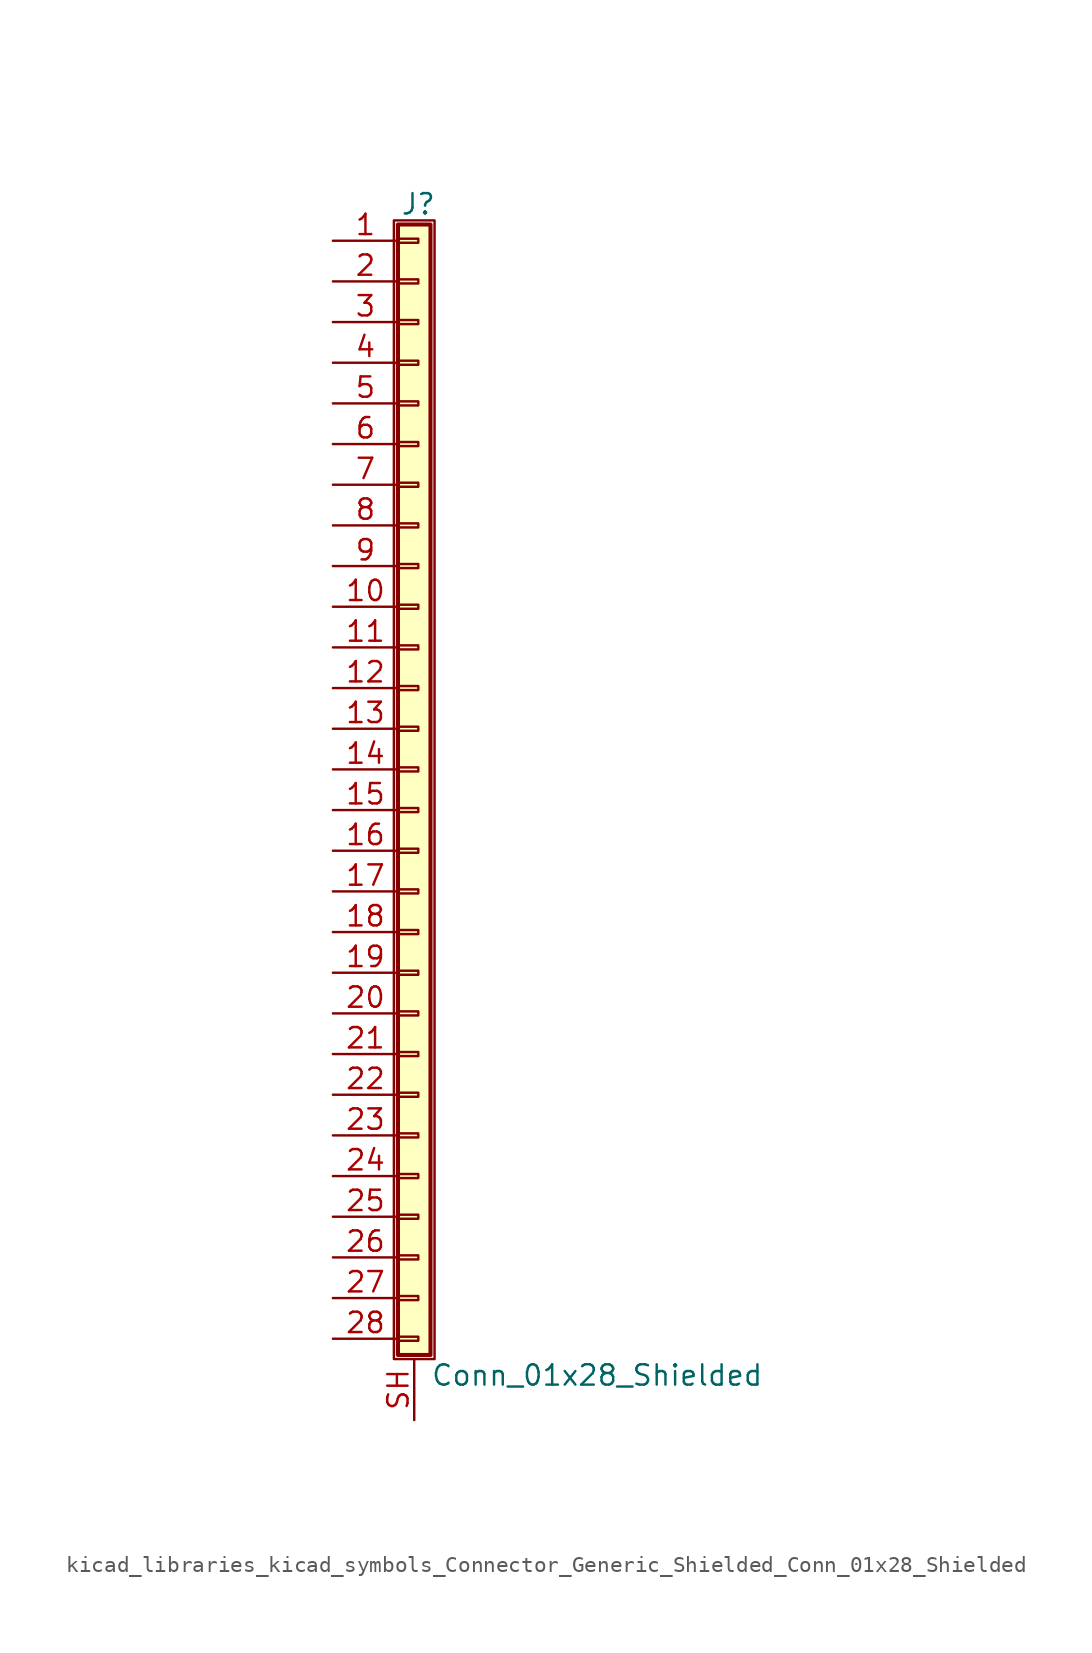
<source format=kicad_sym>
(kicad_symbol_lib
  (version 20220914)
  (generator kicad_symbol_editor)
  (symbol "kicad_libraries_kicad_symbols_Connector_Generic_Shielded_Conn_01x28_Shielded"
    (pin_names
      (offset 1.016) hide)
    (property "Reference" "J"
      (at 0.254 35.306 0)
      (effects (font (size 1.27 1.27))))
    (property "Value" "Conn_01x28_Shielded"
      (at 1.016 -37.846 0)
      (effects (font (size 1.27 1.27)) (justify left)))
    (symbol "kicad_libraries_kicad_symbols_Connector_Generic_Shielded_Conn_01x28_Shielded_1_1"
      (rectangle (start -1.27 34.29) (end 1.27 -36.83) (stroke (width 0.152) (type default)) (fill (type none)))
      (rectangle (start -1.016 -35.433) (end 0.254 -35.687) (stroke (width 0.152) (type default)) (fill (type none)))
      (rectangle (start -1.016 -32.893) (end 0.254 -33.147) (stroke (width 0.152) (type default)) (fill (type none)))
      (rectangle (start -1.016 -30.353) (end 0.254 -30.607) (stroke (width 0.152) (type default)) (fill (type none)))
      (rectangle (start -1.016 -27.813) (end 0.254 -28.067) (stroke (width 0.152) (type default)) (fill (type none)))
      (rectangle (start -1.016 -25.273) (end 0.254 -25.527) (stroke (width 0.152) (type default)) (fill (type none)))
      (rectangle (start -1.016 -22.733) (end 0.254 -22.987) (stroke (width 0.152) (type default)) (fill (type none)))
      (rectangle (start -1.016 -20.193) (end 0.254 -20.447) (stroke (width 0.152) (type default)) (fill (type none)))
      (rectangle (start -1.016 -17.653) (end 0.254 -17.907) (stroke (width 0.152) (type default)) (fill (type none)))
      (rectangle (start -1.016 -15.113) (end 0.254 -15.367) (stroke (width 0.152) (type default)) (fill (type none)))
      (rectangle (start -1.016 -12.573) (end 0.254 -12.827) (stroke (width 0.152) (type default)) (fill (type none)))
      (rectangle (start -1.016 -10.033) (end 0.254 -10.287) (stroke (width 0.152) (type default)) (fill (type none)))
      (rectangle (start -1.016 -7.493) (end 0.254 -7.747) (stroke (width 0.152) (type default)) (fill (type none)))
      (rectangle (start -1.016 -4.953) (end 0.254 -5.207) (stroke (width 0.152) (type default)) (fill (type none)))
      (rectangle (start -1.016 -2.413) (end 0.254 -2.667) (stroke (width 0.152) (type default)) (fill (type none)))
      (rectangle (start -1.016 0.127) (end 0.254 -0.127) (stroke (width 0.152) (type default)) (fill (type none)))
      (rectangle (start -1.016 2.667) (end 0.254 2.413) (stroke (width 0.152) (type default)) (fill (type none)))
      (rectangle (start -1.016 5.207) (end 0.254 4.953) (stroke (width 0.152) (type default)) (fill (type none)))
      (rectangle (start -1.016 7.747) (end 0.254 7.493) (stroke (width 0.152) (type default)) (fill (type none)))
      (rectangle (start -1.016 10.287) (end 0.254 10.033) (stroke (width 0.152) (type default)) (fill (type none)))
      (rectangle (start -1.016 12.827) (end 0.254 12.573) (stroke (width 0.152) (type default)) (fill (type none)))
      (rectangle (start -1.016 15.367) (end 0.254 15.113) (stroke (width 0.152) (type default)) (fill (type none)))
      (rectangle (start -1.016 17.907) (end 0.254 17.653) (stroke (width 0.152) (type default)) (fill (type none)))
      (rectangle (start -1.016 20.447) (end 0.254 20.193) (stroke (width 0.152) (type default)) (fill (type none)))
      (rectangle (start -1.016 22.987) (end 0.254 22.733) (stroke (width 0.152) (type default)) (fill (type none)))
      (rectangle (start -1.016 25.527) (end 0.254 25.273) (stroke (width 0.152) (type default)) (fill (type none)))
      (rectangle (start -1.016 28.067) (end 0.254 27.813) (stroke (width 0.152) (type default)) (fill (type none)))
      (rectangle (start -1.016 30.607) (end 0.254 30.353) (stroke (width 0.152) (type default)) (fill (type none)))
      (rectangle (start -1.016 33.147) (end 0.254 32.893) (stroke (width 0.152) (type default)) (fill (type none)))
      (rectangle (start -1.016 34.036) (end 1.016 -36.576) (stroke (width 0.254) (type default)) (fill (type background)))
      (pin passive line (at -5.08 33.02 0) (length 4.064) (name "Pin_1" (effects (font (size 1.27 1.27)))) (number "1" (effects (font (size 1.27 1.27)))))
      (pin passive line (at -5.08 10.16 0) (length 4.064) (name "Pin_10" (effects (font (size 1.27 1.27)))) (number "10" (effects (font (size 1.27 1.27)))))
      (pin passive line (at -5.08 7.62 0) (length 4.064) (name "Pin_11" (effects (font (size 1.27 1.27)))) (number "11" (effects (font (size 1.27 1.27)))))
      (pin passive line (at -5.08 5.08 0) (length 4.064) (name "Pin_12" (effects (font (size 1.27 1.27)))) (number "12" (effects (font (size 1.27 1.27)))))
      (pin passive line (at -5.08 2.54 0) (length 4.064) (name "Pin_13" (effects (font (size 1.27 1.27)))) (number "13" (effects (font (size 1.27 1.27)))))
      (pin passive line (at -5.08 0 0) (length 4.064) (name "Pin_14" (effects (font (size 1.27 1.27)))) (number "14" (effects (font (size 1.27 1.27)))))
      (pin passive line (at -5.08 -2.54 0) (length 4.064) (name "Pin_15" (effects (font (size 1.27 1.27)))) (number "15" (effects (font (size 1.27 1.27)))))
      (pin passive line (at -5.08 -5.08 0) (length 4.064) (name "Pin_16" (effects (font (size 1.27 1.27)))) (number "16" (effects (font (size 1.27 1.27)))))
      (pin passive line (at -5.08 -7.62 0) (length 4.064) (name "Pin_17" (effects (font (size 1.27 1.27)))) (number "17" (effects (font (size 1.27 1.27)))))
      (pin passive line (at -5.08 -10.16 0) (length 4.064) (name "Pin_18" (effects (font (size 1.27 1.27)))) (number "18" (effects (font (size 1.27 1.27)))))
      (pin passive line (at -5.08 -12.7 0) (length 4.064) (name "Pin_19" (effects (font (size 1.27 1.27)))) (number "19" (effects (font (size 1.27 1.27)))))
      (pin passive line (at -5.08 30.48 0) (length 4.064) (name "Pin_2" (effects (font (size 1.27 1.27)))) (number "2" (effects (font (size 1.27 1.27)))))
      (pin passive line (at -5.08 -15.24 0) (length 4.064) (name "Pin_20" (effects (font (size 1.27 1.27)))) (number "20" (effects (font (size 1.27 1.27)))))
      (pin passive line (at -5.08 -17.78 0) (length 4.064) (name "Pin_21" (effects (font (size 1.27 1.27)))) (number "21" (effects (font (size 1.27 1.27)))))
      (pin passive line (at -5.08 -20.32 0) (length 4.064) (name "Pin_22" (effects (font (size 1.27 1.27)))) (number "22" (effects (font (size 1.27 1.27)))))
      (pin passive line (at -5.08 -22.86 0) (length 4.064) (name "Pin_23" (effects (font (size 1.27 1.27)))) (number "23" (effects (font (size 1.27 1.27)))))
      (pin passive line (at -5.08 -25.4 0) (length 4.064) (name "Pin_24" (effects (font (size 1.27 1.27)))) (number "24" (effects (font (size 1.27 1.27)))))
      (pin passive line (at -5.08 -27.94 0) (length 4.064) (name "Pin_25" (effects (font (size 1.27 1.27)))) (number "25" (effects (font (size 1.27 1.27)))))
      (pin passive line (at -5.08 -30.48 0) (length 4.064) (name "Pin_26" (effects (font (size 1.27 1.27)))) (number "26" (effects (font (size 1.27 1.27)))))
      (pin passive line (at -5.08 -33.02 0) (length 4.064) (name "Pin_27" (effects (font (size 1.27 1.27)))) (number "27" (effects (font (size 1.27 1.27)))))
      (pin passive line (at -5.08 -35.56 0) (length 4.064) (name "Pin_28" (effects (font (size 1.27 1.27)))) (number "28" (effects (font (size 1.27 1.27)))))
      (pin passive line (at -5.08 27.94 0) (length 4.064) (name "Pin_3" (effects (font (size 1.27 1.27)))) (number "3" (effects (font (size 1.27 1.27)))))
      (pin passive line (at -5.08 25.4 0) (length 4.064) (name "Pin_4" (effects (font (size 1.27 1.27)))) (number "4" (effects (font (size 1.27 1.27)))))
      (pin passive line (at -5.08 22.86 0) (length 4.064) (name "Pin_5" (effects (font (size 1.27 1.27)))) (number "5" (effects (font (size 1.27 1.27)))))
      (pin passive line (at -5.08 20.32 0) (length 4.064) (name "Pin_6" (effects (font (size 1.27 1.27)))) (number "6" (effects (font (size 1.27 1.27)))))
      (pin passive line (at -5.08 17.78 0) (length 4.064) (name "Pin_7" (effects (font (size 1.27 1.27)))) (number "7" (effects (font (size 1.27 1.27)))))
      (pin passive line (at -5.08 15.24 0) (length 4.064) (name "Pin_8" (effects (font (size 1.27 1.27)))) (number "8" (effects (font (size 1.27 1.27)))))
      (pin passive line (at -5.08 12.7 0) (length 4.064) (name "Pin_9" (effects (font (size 1.27 1.27)))) (number "9" (effects (font (size 1.27 1.27)))))
      (pin passive line (at 0 -40.64 90) (length 3.81) (name "Shield" (effects (font (size 1.27 1.27)))) (number "SH" (effects (font (size 1.27 1.27))))))))
</source>
